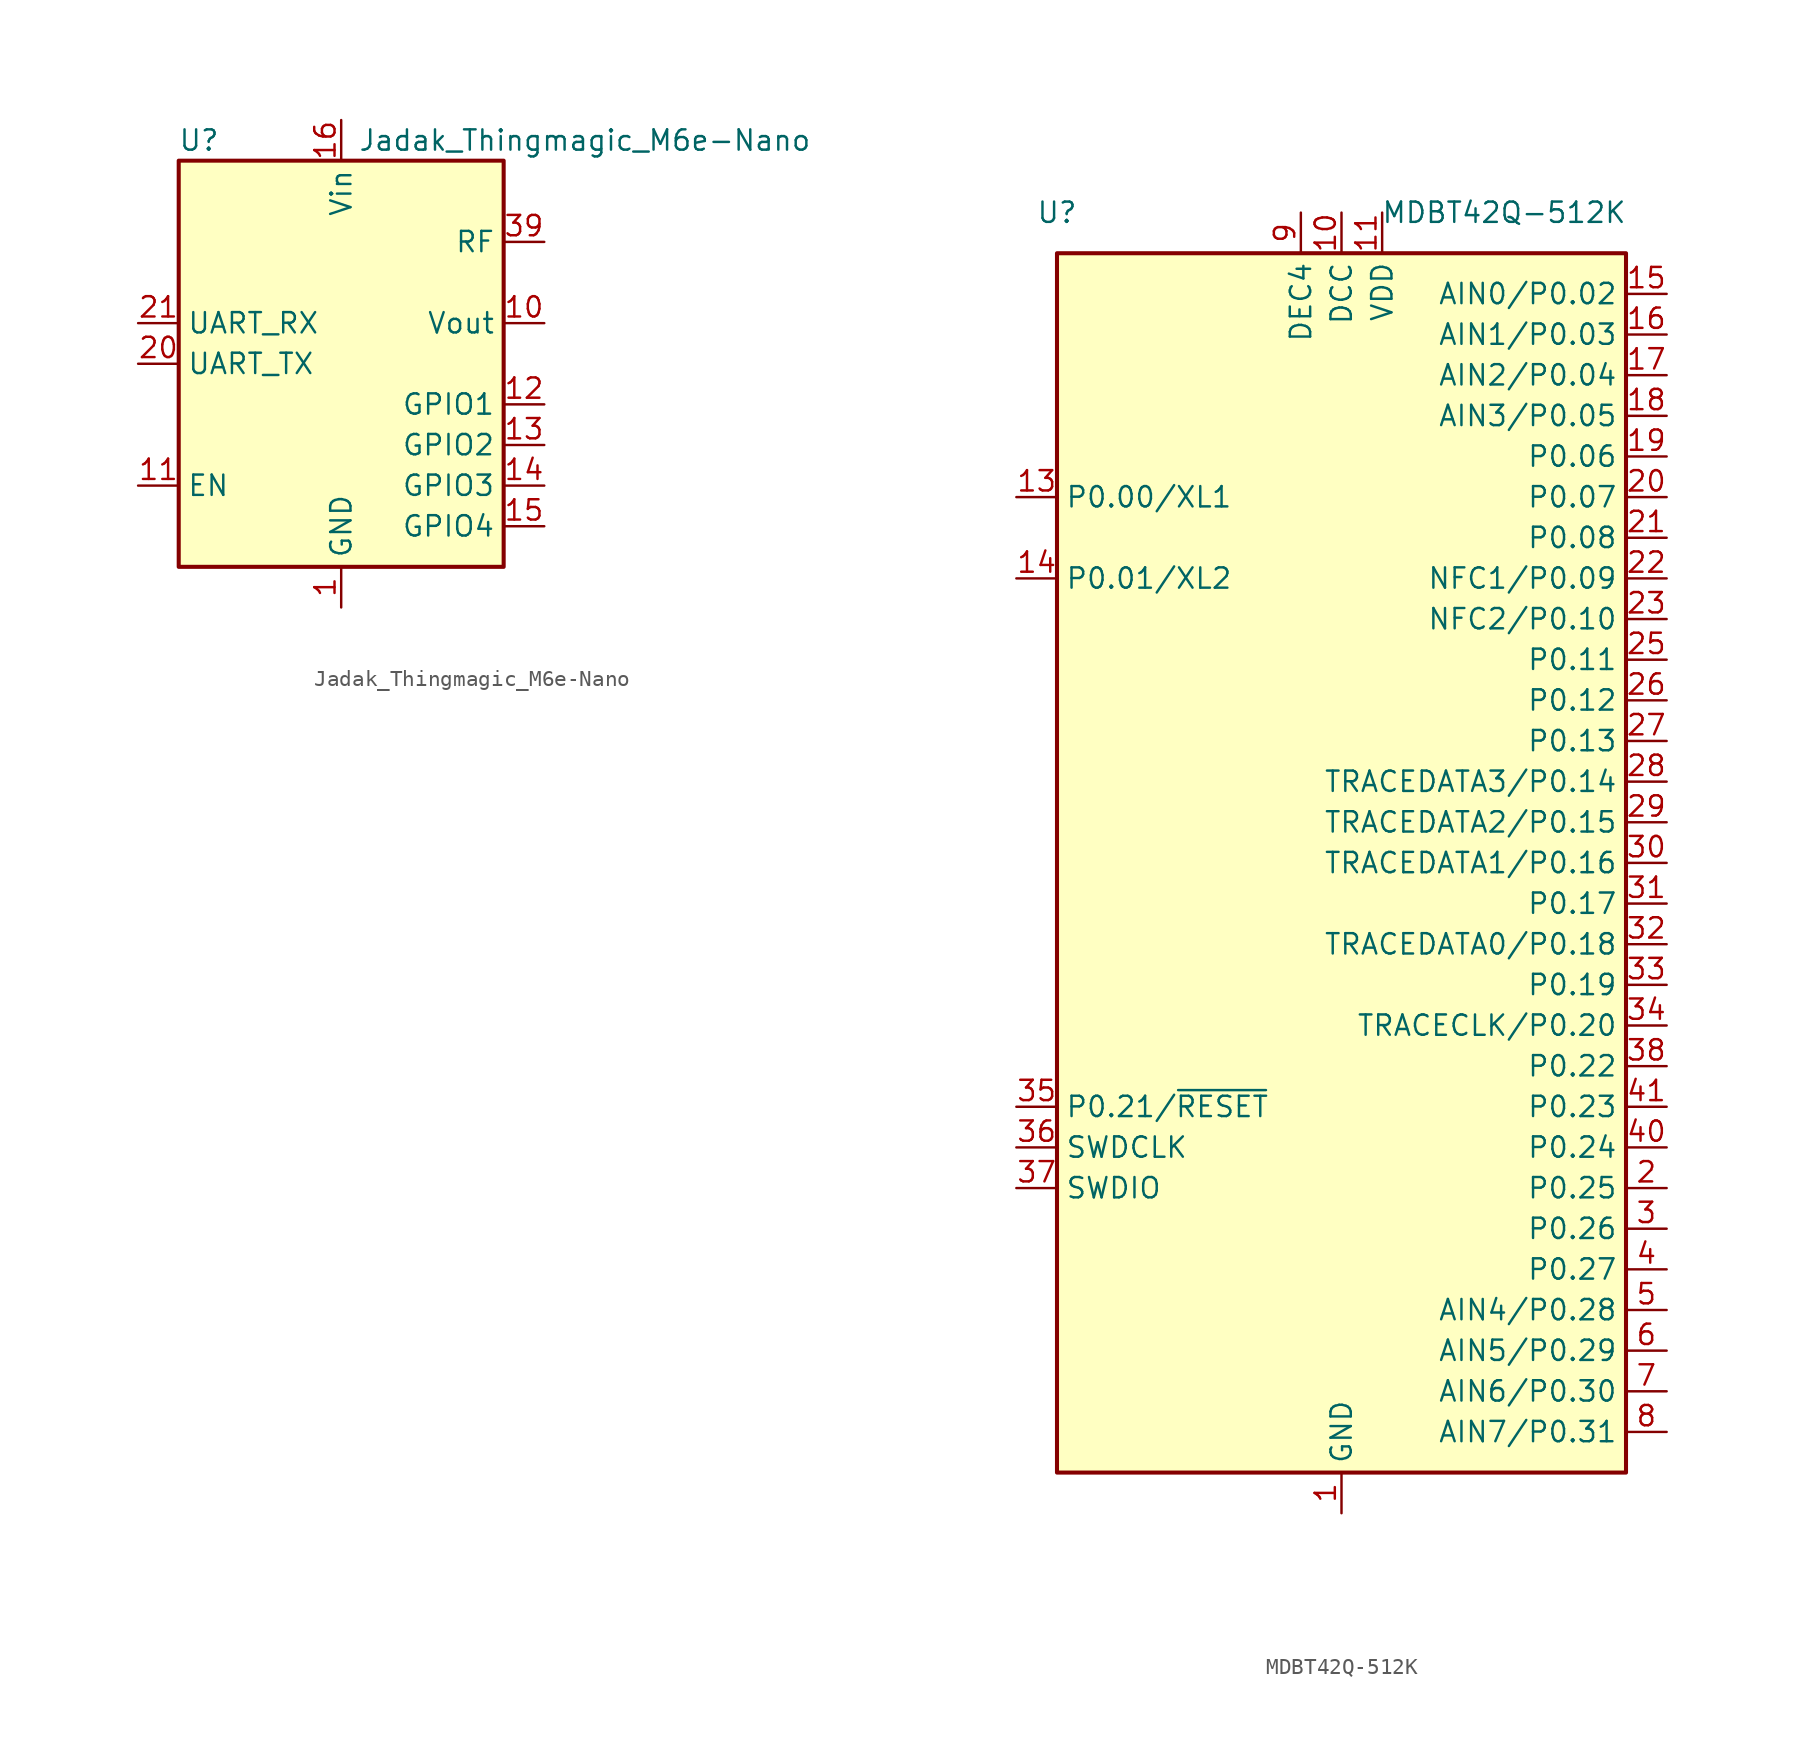
<source format=kicad_sym>
(kicad_symbol_lib
  (version 20241209)
  (generator "kicad_symbol_editor")
  (generator_version "9.0")
  (symbol "Jadak_Thingmagic_M6e-Nano"
    (property "Reference" "U"
      (at -8.89 13.97 0)
      (effects (font (size 1.27 1.27))))
    (property "Value" "Jadak_Thingmagic_M6e-Nano"
      (at 15.24 13.97 0)
      (effects (font (size 1.27 1.27))))
    (symbol "Jadak_Thingmagic_M6e-Nano_0_1"
      (rectangle (start -10.16 12.7) (end 10.16 -12.7) (stroke (width 0.254) (type solid)) (fill (type background))))
    (symbol "Jadak_Thingmagic_M6e-Nano_1_1"
      (pin input line (at -12.7 2.54 0) (length 2.54) (name "UART_RX" (effects (font (size 1.27 1.27)))) (number "21" (effects (font (size 1.27 1.27)))))
      (pin output line (at -12.7 0 0) (length 2.54) (name "UART_TX" (effects (font (size 1.27 1.27)))) (number "20" (effects (font (size 1.27 1.27)))))
      (pin input line (at -12.7 -7.62 0) (length 2.54) (name "EN" (effects (font (size 1.27 1.27)))) (number "11" (effects (font (size 1.27 1.27)))))
      (pin no_connect line (at -10.16 10.16 0) (length 2.54) (hide yes) (name "RFU1" (effects (font (size 1.27 1.27)))) (number "22" (effects (font (size 1.27 1.27)))))
      (pin no_connect line (at -10.16 7.62 0) (length 2.54) (hide yes) (name "RFU2" (effects (font (size 1.27 1.27)))) (number "23" (effects (font (size 1.27 1.27)))))
      (pin no_connect line (at -10.16 5.08 0) (length 2.54) (hide yes) (name "RFU3" (effects (font (size 1.27 1.27)))) (number "24" (effects (font (size 1.27 1.27)))))
      (pin no_connect line (at -10.16 -2.54 0) (length 2.54) (hide yes) (name "RFU4" (effects (font (size 1.27 1.27)))) (number "25" (effects (font (size 1.27 1.27)))))
      (pin no_connect line (at -10.16 -5.08 0) (length 2.54) (hide yes) (name "RFU5" (effects (font (size 1.27 1.27)))) (number "26" (effects (font (size 1.27 1.27)))))
      (pin power_in line (at 0 15.24 270) (length 2.54) (name "Vin" (effects (font (size 1.27 1.27)))) (number "16" (effects (font (size 1.27 1.27)))))
      (pin passive line (at 0 15.24 270) (length 2.54) (hide yes) (name "Vin" (effects (font (size 1.27 1.27)))) (number "17" (effects (font (size 1.27 1.27)))))
      (pin power_in line (at 0 -15.24 90) (length 2.54) (name "GND" (effects (font (size 1.27 1.27)))) (number "1" (effects (font (size 1.27 1.27)))))
      (pin passive line (at 0 -15.24 90) (length 2.54) (hide yes) (name "GND" (effects (font (size 1.27 1.27)))) (number "18" (effects (font (size 1.27 1.27)))))
      (pin passive line (at 0 -15.24 90) (length 2.54) (hide yes) (name "GND" (effects (font (size 1.27 1.27)))) (number "19" (effects (font (size 1.27 1.27)))))
      (pin passive line (at 0 -15.24 90) (length 2.54) (hide yes) (name "GND" (effects (font (size 1.27 1.27)))) (number "2" (effects (font (size 1.27 1.27)))))
      (pin passive line (at 0 -15.24 90) (length 2.54) (hide yes) (name "GND" (effects (font (size 1.27 1.27)))) (number "29" (effects (font (size 1.27 1.27)))))
      (pin passive line (at 0 -15.24 90) (length 2.54) (hide yes) (name "GND" (effects (font (size 1.27 1.27)))) (number "3" (effects (font (size 1.27 1.27)))))
      (pin passive line (at 0 -15.24 90) (length 2.54) (hide yes) (name "GND" (effects (font (size 1.27 1.27)))) (number "30" (effects (font (size 1.27 1.27)))))
      (pin passive line (at 0 -15.24 90) (length 2.54) (hide yes) (name "GND" (effects (font (size 1.27 1.27)))) (number "31" (effects (font (size 1.27 1.27)))))
      (pin passive line (at 0 -15.24 90) (length 2.54) (hide yes) (name "GND" (effects (font (size 1.27 1.27)))) (number "32" (effects (font (size 1.27 1.27)))))
      (pin passive line (at 0 -15.24 90) (length 2.54) (hide yes) (name "GND" (effects (font (size 1.27 1.27)))) (number "33" (effects (font (size 1.27 1.27)))))
      (pin passive line (at 0 -15.24 90) (length 2.54) (hide yes) (name "GND" (effects (font (size 1.27 1.27)))) (number "34" (effects (font (size 1.27 1.27)))))
      (pin passive line (at 0 -15.24 90) (length 2.54) (hide yes) (name "GND" (effects (font (size 1.27 1.27)))) (number "35" (effects (font (size 1.27 1.27)))))
      (pin passive line (at 0 -15.24 90) (length 2.54) (hide yes) (name "GND" (effects (font (size 1.27 1.27)))) (number "36" (effects (font (size 1.27 1.27)))))
      (pin passive line (at 0 -15.24 90) (length 2.54) (hide yes) (name "GND" (effects (font (size 1.27 1.27)))) (number "37" (effects (font (size 1.27 1.27)))))
      (pin passive line (at 0 -15.24 90) (length 2.54) (hide yes) (name "GND" (effects (font (size 1.27 1.27)))) (number "38" (effects (font (size 1.27 1.27)))))
      (pin passive line (at 0 -15.24 90) (length 2.54) (hide yes) (name "GND" (effects (font (size 1.27 1.27)))) (number "4" (effects (font (size 1.27 1.27)))))
      (pin passive line (at 0 -15.24 90) (length 2.54) (hide yes) (name "GND" (effects (font (size 1.27 1.27)))) (number "40" (effects (font (size 1.27 1.27)))))
      (pin passive line (at 0 -15.24 90) (length 2.54) (hide yes) (name "GND" (effects (font (size 1.27 1.27)))) (number "41" (effects (font (size 1.27 1.27)))))
      (pin passive line (at 0 -15.24 90) (length 2.54) (hide yes) (name "GND" (effects (font (size 1.27 1.27)))) (number "5" (effects (font (size 1.27 1.27)))))
      (pin passive line (at 0 -15.24 90) (length 2.54) (hide yes) (name "GND" (effects (font (size 1.27 1.27)))) (number "6" (effects (font (size 1.27 1.27)))))
      (pin passive line (at 0 -15.24 90) (length 2.54) (hide yes) (name "GND" (effects (font (size 1.27 1.27)))) (number "7" (effects (font (size 1.27 1.27)))))
      (pin passive line (at 0 -15.24 90) (length 2.54) (hide yes) (name "GND" (effects (font (size 1.27 1.27)))) (number "8" (effects (font (size 1.27 1.27)))))
      (pin passive line (at 0 -15.24 90) (length 2.54) (hide yes) (name "GND" (effects (font (size 1.27 1.27)))) (number "9" (effects (font (size 1.27 1.27)))))
      (pin no_connect line (at 10.16 10.16 180) (length 2.54) (hide yes) (name "RFU6" (effects (font (size 1.27 1.27)))) (number "27" (effects (font (size 1.27 1.27)))))
      (pin no_connect line (at 10.16 5.08 180) (length 2.54) (hide yes) (name "RFU7" (effects (font (size 1.27 1.27)))) (number "28" (effects (font (size 1.27 1.27)))))
      (pin bidirectional line (at 12.7 7.62 180) (length 2.54) (name "RF" (effects (font (size 1.27 1.27)))) (number "39" (effects (font (size 1.27 1.27)))))
      (pin power_out line (at 12.7 2.54 180) (length 2.54) (name "Vout" (effects (font (size 1.27 1.27)))) (number "10" (effects (font (size 1.27 1.27)))))
      (pin bidirectional line (at 12.7 -2.54 180) (length 2.54) (name "GPIO1" (effects (font (size 1.27 1.27)))) (number "12" (effects (font (size 1.27 1.27)))))
      (pin bidirectional line (at 12.7 -5.08 180) (length 2.54) (name "GPIO2" (effects (font (size 1.27 1.27)))) (number "13" (effects (font (size 1.27 1.27)))))
      (pin bidirectional line (at 12.7 -7.62 180) (length 2.54) (name "GPIO3" (effects (font (size 1.27 1.27)))) (number "14" (effects (font (size 1.27 1.27)))))
      (pin bidirectional line (at 12.7 -10.16 180) (length 2.54) (name "GPIO4" (effects (font (size 1.27 1.27)))) (number "15" (effects (font (size 1.27 1.27)))))))
  (symbol "MDBT42Q-512K"
    (property "Reference" "U"
      (at -17.78 40.64 0)
      (effects (font (size 1.27 1.27))))
    (property "Value" "MDBT42Q-512K"
      (at 10.16 40.64 0)
      (effects (font (size 1.27 1.27))))
    (symbol "MDBT42Q-512K_0_1"
      (rectangle (start -17.78 38.1) (end 17.78 -38.1) (stroke (width 0.254) (type default)) (fill (type background))))
    (symbol "MDBT42Q-512K_1_1"
      (pin bidirectional line (at -20.32 22.86 0) (length 2.54) (name "P0.00/XL1" (effects (font (size 1.27 1.27)))) (number "13" (effects (font (size 1.27 1.27)))))
      (pin bidirectional line (at -20.32 17.78 0) (length 2.54) (name "P0.01/XL2" (effects (font (size 1.27 1.27)))) (number "14" (effects (font (size 1.27 1.27)))))
      (pin bidirectional line (at -20.32 -15.24 0) (length 2.54) (name "P0.21/~{RESET}" (effects (font (size 1.27 1.27)))) (number "35" (effects (font (size 1.27 1.27)))))
      (pin input line (at -20.32 -17.78 0) (length 2.54) (name "SWDCLK" (effects (font (size 1.27 1.27)))) (number "36" (effects (font (size 1.27 1.27)))))
      (pin bidirectional line (at -20.32 -20.32 0) (length 2.54) (name "SWDIO" (effects (font (size 1.27 1.27)))) (number "37" (effects (font (size 1.27 1.27)))))
      (pin power_out line (at -2.54 40.64 270) (length 2.54) (name "DEC4" (effects (font (size 1.27 1.27)))) (number "9" (effects (font (size 1.27 1.27)))))
      (pin power_out line (at 0 40.64 270) (length 2.54) (name "DCC" (effects (font (size 1.27 1.27)))) (number "10" (effects (font (size 1.27 1.27)))))
      (pin power_in line (at 0 -40.64 90) (length 2.54) (name "GND" (effects (font (size 1.27 1.27)))) (number "1" (effects (font (size 1.27 1.27)))))
      (pin passive line (at 0 -40.64 90) (length 2.54) (hide yes) (name "GND" (effects (font (size 1.27 1.27)))) (number "12" (effects (font (size 1.27 1.27)))))
      (pin passive line (at 0 -40.64 90) (length 2.54) (hide yes) (name "GND" (effects (font (size 1.27 1.27)))) (number "24" (effects (font (size 1.27 1.27)))))
      (pin passive line (at 0 -40.64 90) (length 2.54) (hide yes) (name "GND" (effects (font (size 1.27 1.27)))) (number "39" (effects (font (size 1.27 1.27)))))
      (pin power_in line (at 2.54 40.64 270) (length 2.54) (name "VDD" (effects (font (size 1.27 1.27)))) (number "11" (effects (font (size 1.27 1.27)))))
      (pin bidirectional line (at 20.32 35.56 180) (length 2.54) (name "AIN0/P0.02" (effects (font (size 1.27 1.27)))) (number "15" (effects (font (size 1.27 1.27)))))
      (pin bidirectional line (at 20.32 33.02 180) (length 2.54) (name "AIN1/P0.03" (effects (font (size 1.27 1.27)))) (number "16" (effects (font (size 1.27 1.27)))))
      (pin bidirectional line (at 20.32 30.48 180) (length 2.54) (name "AIN2/P0.04" (effects (font (size 1.27 1.27)))) (number "17" (effects (font (size 1.27 1.27)))))
      (pin bidirectional line (at 20.32 27.94 180) (length 2.54) (name "AIN3/P0.05" (effects (font (size 1.27 1.27)))) (number "18" (effects (font (size 1.27 1.27)))))
      (pin bidirectional line (at 20.32 25.4 180) (length 2.54) (name "P0.06" (effects (font (size 1.27 1.27)))) (number "19" (effects (font (size 1.27 1.27)))))
      (pin bidirectional line (at 20.32 22.86 180) (length 2.54) (name "P0.07" (effects (font (size 1.27 1.27)))) (number "20" (effects (font (size 1.27 1.27)))))
      (pin bidirectional line (at 20.32 20.32 180) (length 2.54) (name "P0.08" (effects (font (size 1.27 1.27)))) (number "21" (effects (font (size 1.27 1.27)))))
      (pin bidirectional line (at 20.32 17.78 180) (length 2.54) (name "NFC1/P0.09" (effects (font (size 1.27 1.27)))) (number "22" (effects (font (size 1.27 1.27)))))
      (pin bidirectional line (at 20.32 15.24 180) (length 2.54) (name "NFC2/P0.10" (effects (font (size 1.27 1.27)))) (number "23" (effects (font (size 1.27 1.27)))))
      (pin bidirectional line (at 20.32 12.7 180) (length 2.54) (name "P0.11" (effects (font (size 1.27 1.27)))) (number "25" (effects (font (size 1.27 1.27)))))
      (pin bidirectional line (at 20.32 10.16 180) (length 2.54) (name "P0.12" (effects (font (size 1.27 1.27)))) (number "26" (effects (font (size 1.27 1.27)))))
      (pin bidirectional line (at 20.32 7.62 180) (length 2.54) (name "P0.13" (effects (font (size 1.27 1.27)))) (number "27" (effects (font (size 1.27 1.27)))))
      (pin bidirectional line (at 20.32 5.08 180) (length 2.54) (name "TRACEDATA3/P0.14" (effects (font (size 1.27 1.27)))) (number "28" (effects (font (size 1.27 1.27)))))
      (pin bidirectional line (at 20.32 2.54 180) (length 2.54) (name "TRACEDATA2/P0.15" (effects (font (size 1.27 1.27)))) (number "29" (effects (font (size 1.27 1.27)))))
      (pin bidirectional line (at 20.32 0 180) (length 2.54) (name "TRACEDATA1/P0.16" (effects (font (size 1.27 1.27)))) (number "30" (effects (font (size 1.27 1.27)))))
      (pin bidirectional line (at 20.32 -2.54 180) (length 2.54) (name "P0.17" (effects (font (size 1.27 1.27)))) (number "31" (effects (font (size 1.27 1.27)))))
      (pin bidirectional line (at 20.32 -5.08 180) (length 2.54) (name "TRACEDATA0/P0.18" (effects (font (size 1.27 1.27)))) (number "32" (effects (font (size 1.27 1.27)))))
      (pin bidirectional line (at 20.32 -7.62 180) (length 2.54) (name "P0.19" (effects (font (size 1.27 1.27)))) (number "33" (effects (font (size 1.27 1.27)))))
      (pin bidirectional line (at 20.32 -10.16 180) (length 2.54) (name "TRACECLK/P0.20" (effects (font (size 1.27 1.27)))) (number "34" (effects (font (size 1.27 1.27)))))
      (pin bidirectional line (at 20.32 -12.7 180) (length 2.54) (name "P0.22" (effects (font (size 1.27 1.27)))) (number "38" (effects (font (size 1.27 1.27)))))
      (pin bidirectional line (at 20.32 -15.24 180) (length 2.54) (name "P0.23" (effects (font (size 1.27 1.27)))) (number "41" (effects (font (size 1.27 1.27)))))
      (pin bidirectional line (at 20.32 -17.78 180) (length 2.54) (name "P0.24" (effects (font (size 1.27 1.27)))) (number "40" (effects (font (size 1.27 1.27)))))
      (pin bidirectional line (at 20.32 -20.32 180) (length 2.54) (name "P0.25" (effects (font (size 1.27 1.27)))) (number "2" (effects (font (size 1.27 1.27)))))
      (pin bidirectional line (at 20.32 -22.86 180) (length 2.54) (name "P0.26" (effects (font (size 1.27 1.27)))) (number "3" (effects (font (size 1.27 1.27)))))
      (pin bidirectional line (at 20.32 -25.4 180) (length 2.54) (name "P0.27" (effects (font (size 1.27 1.27)))) (number "4" (effects (font (size 1.27 1.27)))))
      (pin bidirectional line (at 20.32 -27.94 180) (length 2.54) (name "AIN4/P0.28" (effects (font (size 1.27 1.27)))) (number "5" (effects (font (size 1.27 1.27)))))
      (pin bidirectional line (at 20.32 -30.48 180) (length 2.54) (name "AIN5/P0.29" (effects (font (size 1.27 1.27)))) (number "6" (effects (font (size 1.27 1.27)))))
      (pin bidirectional line (at 20.32 -33.02 180) (length 2.54) (name "AIN6/P0.30" (effects (font (size 1.27 1.27)))) (number "7" (effects (font (size 1.27 1.27)))))
      (pin bidirectional line (at 20.32 -35.56 180) (length 2.54) (name "AIN7/P0.31" (effects (font (size 1.27 1.27)))) (number "8" (effects (font (size 1.27 1.27))))))))
</source>
